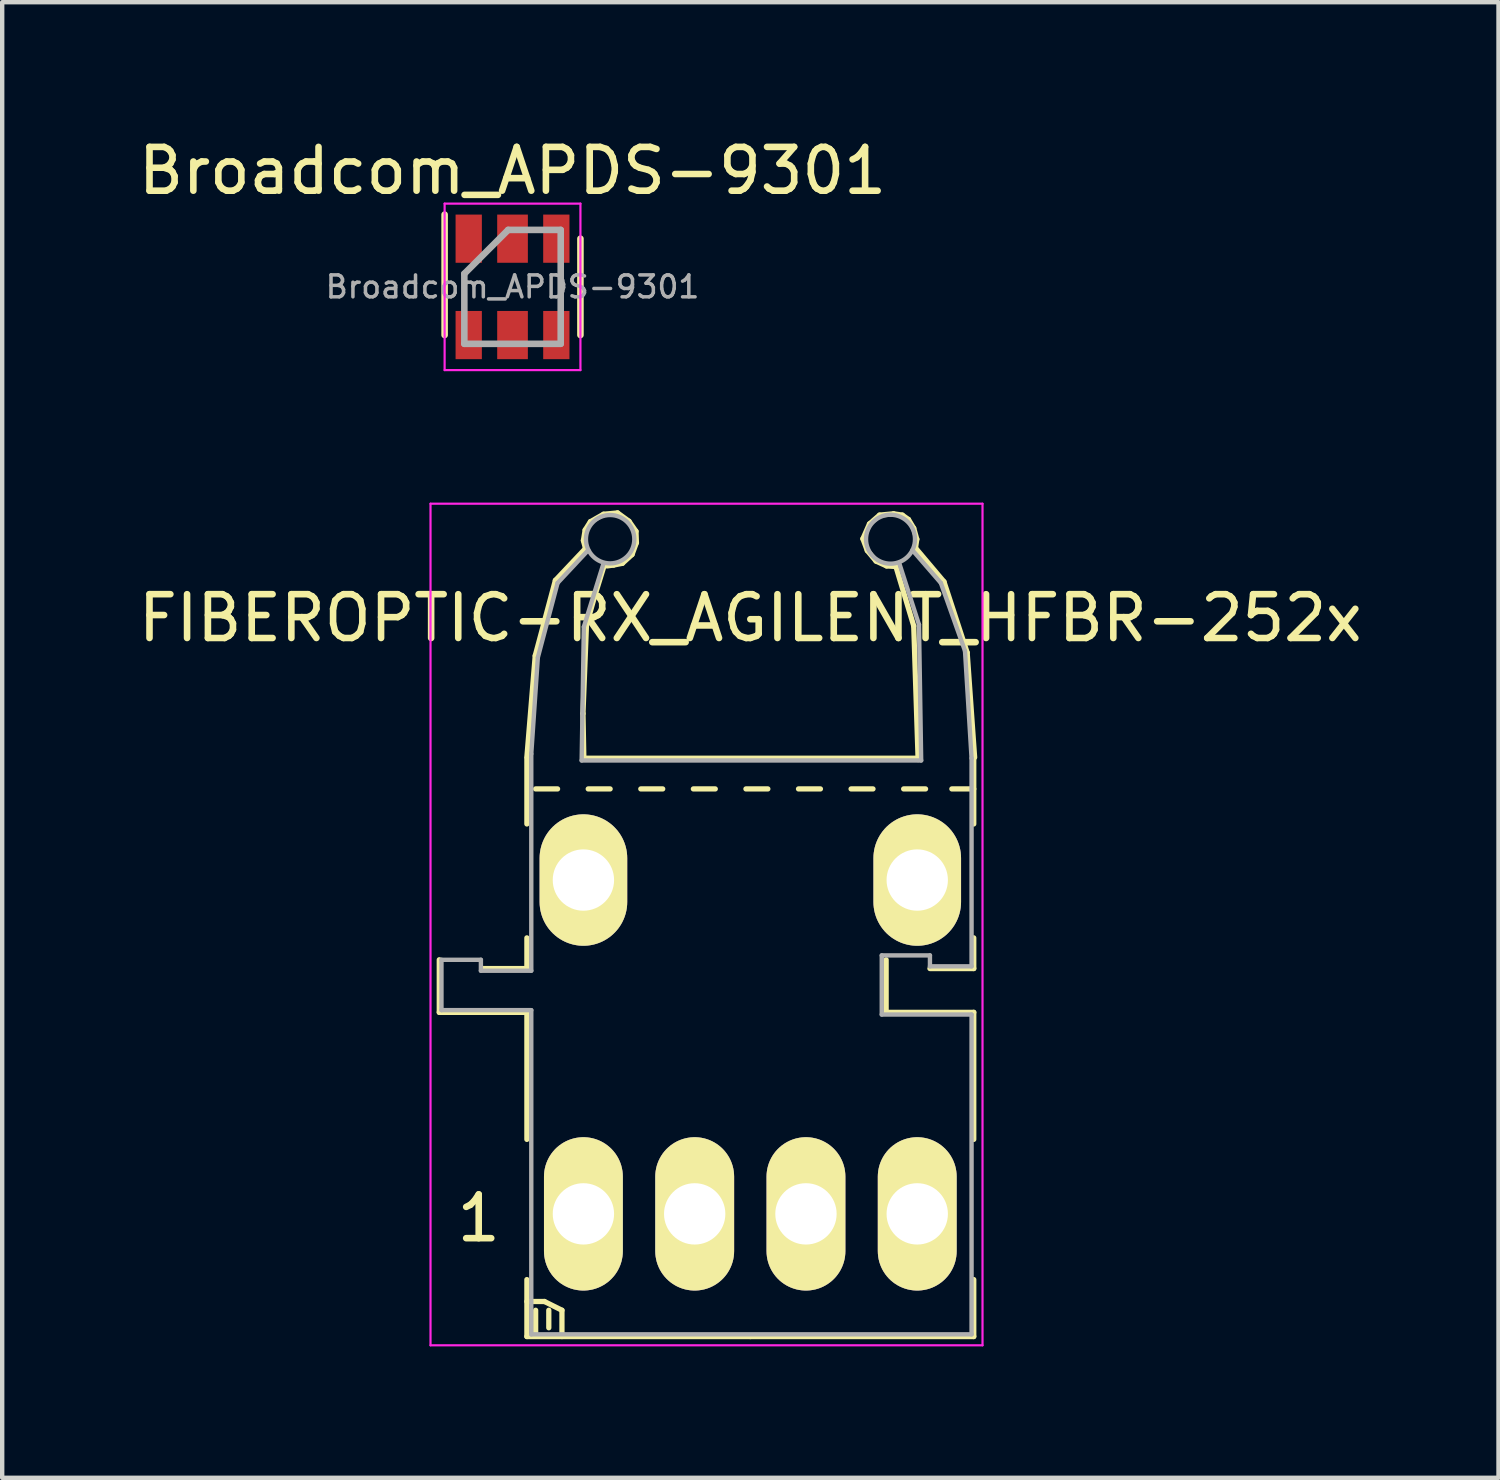
<source format=kicad_pcb>
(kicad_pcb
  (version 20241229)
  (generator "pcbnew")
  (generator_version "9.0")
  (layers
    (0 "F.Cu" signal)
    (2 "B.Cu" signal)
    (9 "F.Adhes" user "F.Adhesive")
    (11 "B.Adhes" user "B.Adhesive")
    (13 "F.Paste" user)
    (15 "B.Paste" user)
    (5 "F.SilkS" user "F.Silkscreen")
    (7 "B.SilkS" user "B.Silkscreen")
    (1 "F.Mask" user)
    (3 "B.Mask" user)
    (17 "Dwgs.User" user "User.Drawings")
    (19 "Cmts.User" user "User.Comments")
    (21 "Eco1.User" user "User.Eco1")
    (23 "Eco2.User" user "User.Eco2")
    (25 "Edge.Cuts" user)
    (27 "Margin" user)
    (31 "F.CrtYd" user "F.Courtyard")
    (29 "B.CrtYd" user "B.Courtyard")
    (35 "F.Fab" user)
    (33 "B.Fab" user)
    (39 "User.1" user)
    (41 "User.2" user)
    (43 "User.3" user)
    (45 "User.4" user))
  (footprint "Broadcom_APDS-9301"
    (layer "F.Cu")
    (at 8.649 3.498)
    (property "Reference" "Broadcom_APDS-9301" (at 0 -2.65 0) (layer "F.SilkS") (effects (font (size 1 1) (thickness 0.15))))
    (attr smd)
    (fp_line (start -1.55 -1.65) (end -1.55 1.1) (stroke (width 0.15) (type solid)) (layer "F.SilkS"))
    (fp_line (start 1.55 -1.1) (end 1.55 1.1) (stroke (width 0.15) (type solid)) (layer "F.SilkS"))
    (fp_line (start -1.55 -1.9) (end 1.55 -1.9) (stroke (width 0.05) (type solid)) (layer "F.CrtYd"))
    (fp_line (start -1.55 1.9) (end -1.55 -1.9) (stroke (width 0.05) (type solid)) (layer "F.CrtYd"))
    (fp_line (start 1.55 -1.9) (end 1.55 1.9) (stroke (width 0.05) (type solid)) (layer "F.CrtYd"))
    (fp_line (start 1.55 1.9) (end -1.55 1.9) (stroke (width 0.05) (type solid)) (layer "F.CrtYd"))
    (fp_line (start -1.1 -0.3) (end -1.1 1.3) (stroke (width 0.15) (type solid)) (layer "F.Fab"))
    (fp_line (start -1.1 1.3) (end 1.1 1.3) (stroke (width 0.15) (type solid)) (layer "F.Fab"))
    (fp_line (start -0.1 -1.3) (end -1.1 -0.3) (stroke (width 0.15) (type solid)) (layer "F.Fab"))
    (fp_line (start 1.1 -1.3) (end -0.1 -1.3) (stroke (width 0.15) (type solid)) (layer "F.Fab"))
    (fp_line (start 1.1 1.3) (end 1.1 -1.3) (stroke (width 0.15) (type solid)) (layer "F.Fab"))
    (fp_text user "${REFERENCE}" (at 0 0 0) (layer "F.Fab") (effects (font (size 0.5 0.5) (thickness 0.08))))
    (pad "1" smd rect (at -1 -1.1) (size 0.6 1.1) (layers "F.Cu" "F.Mask" "F.Paste"))
    (pad "2" smd rect (at -1 1.1) (size 0.6 1.1) (layers "F.Cu" "F.Mask" "F.Paste"))
    (pad "3" smd rect (at 0 1.1) (size 0.7 1.1) (layers "F.Cu" "F.Mask" "F.Paste"))
    (pad "4" smd rect (at 1 1.1) (size 0.6 1.1) (layers "F.Cu" "F.Mask" "F.Paste"))
    (pad "5" smd rect (at 1 -1.1) (size 0.6 1.1) (layers "F.Cu" "F.Mask" "F.Paste"))
    (pad "6" smd rect (at 0 -1.1) (size 0.7 1.1) (layers "F.Cu" "F.Mask" "F.Paste")))
  (footprint "FIBEROPTIC-RX_AGILENT_HFBR-252x"
    (layer "F.Cu")
    (at 10.267 24.658)
    (property "Reference" "FIBEROPTIC-RX_AGILENT_HFBR-252x" (at 3.81 -13.6 0) (layer "F.SilkS") (effects (font (size 1 1) (thickness 0.15))))
    (attr through_hole)
    (fp_line (start -3.29 -4.6) (end -3.29 -5.8) (stroke (width 0.12) (type solid)) (layer "F.SilkS"))
    (fp_line (start -2.29 -5.6) (end -1.29 -5.6) (stroke (width 0.12) (type solid)) (layer "F.SilkS"))
    (fp_line (start -1.29 -10.43) (end -1.1 -12.74) (stroke (width 0.12) (type solid)) (layer "F.SilkS"))
    (fp_line (start -1.29 -10.4) (end -1.29 -8.9) (stroke (width 0.12) (type solid)) (layer "F.SilkS"))
    (fp_line (start -1.29 -5.6) (end -1.29 -6.3) (stroke (width 0.12) (type solid)) (layer "F.SilkS"))
    (fp_line (start -1.29 -4.6) (end -3.29 -4.6) (stroke (width 0.12) (type solid)) (layer "F.SilkS"))
    (fp_line (start -1.29 -4.6) (end -1.29 -1.7) (stroke (width 0.12) (type solid)) (layer "F.SilkS"))
    (fp_line (start -1.29 2) (end -0.89 2) (stroke (width 0.12) (type solid)) (layer "F.SilkS"))
    (fp_line (start -1.29 2.8) (end -1.29 1.5) (stroke (width 0.12) (type solid)) (layer "F.SilkS"))
    (fp_line (start -1.1 -12.74) (end -0.64 -14.46) (stroke (width 0.12) (type solid)) (layer "F.SilkS"))
    (fp_line (start -1.09 2.2) (end -1.09 2.7) (stroke (width 0.12) (type solid)) (layer "F.SilkS"))
    (fp_line (start -0.89 2) (end -0.49 2.2) (stroke (width 0.12) (type solid)) (layer "F.SilkS"))
    (fp_line (start -0.79 2.2) (end -0.79 2.6) (stroke (width 0.12) (type solid)) (layer "F.SilkS"))
    (fp_line (start -0.64 -14.46) (end 0.04 -15.18) (stroke (width 0.12) (type solid)) (layer "F.SilkS"))
    (fp_line (start -0.59 -9.7) (end -1.09 -9.7) (stroke (width 0.12) (type solid)) (layer "F.SilkS"))
    (fp_line (start -0.49 2.2) (end -0.49 2.8) (stroke (width 0.12) (type solid)) (layer "F.SilkS"))
    (fp_line (start -0.01 -11.42) (end 0.07 -13.44) (stroke (width 0.12) (type solid)) (layer "F.SilkS"))
    (fp_line (start 0 -15.37) (end 0.05 -15.18) (stroke (width 0.12) (type solid)) (layer "F.SilkS"))
    (fp_line (start 0.01 -10.4) (end -0.01 -11.42) (stroke (width 0.12) (type solid)) (layer "F.SilkS"))
    (fp_line (start 0.04 -15.61) (end 0 -15.37) (stroke (width 0.12) (type solid)) (layer "F.SilkS"))
    (fp_line (start 0.07 -13.44) (end 0.26 -14.11) (stroke (width 0.12) (type solid)) (layer "F.SilkS"))
    (fp_line (start 0.16 -15.8) (end 0.04 -15.61) (stroke (width 0.12) (type solid)) (layer "F.SilkS"))
    (fp_line (start 0.26 -14.11) (end 0.48 -14.82) (stroke (width 0.12) (type solid)) (layer "F.SilkS"))
    (fp_line (start 0.46 -15.97) (end 0.16 -15.8) (stroke (width 0.12) (type solid)) (layer "F.SilkS"))
    (fp_line (start 0.54 -14.79) (end 0.69 -14.81) (stroke (width 0.12) (type solid)) (layer "F.SilkS"))
    (fp_line (start 0.61 -9.7) (end 0.11 -9.7) (stroke (width 0.12) (type solid)) (layer "F.SilkS"))
    (fp_line (start 0.69 -14.81) (end 0.89 -14.85) (stroke (width 0.12) (type solid)) (layer "F.SilkS"))
    (fp_line (start 0.78 -16) (end 0.46 -15.97) (stroke (width 0.12) (type solid)) (layer "F.SilkS"))
    (fp_line (start 0.89 -14.85) (end 1.11 -15.05) (stroke (width 0.12) (type solid)) (layer "F.SilkS"))
    (fp_line (start 1.04 -15.81) (end 0.78 -16) (stroke (width 0.12) (type solid)) (layer "F.SilkS"))
    (fp_line (start 1.11 -15.05) (end 1.21 -15.32) (stroke (width 0.12) (type solid)) (layer "F.SilkS"))
    (fp_line (start 1.2 -15.58) (end 1.04 -15.81) (stroke (width 0.12) (type solid)) (layer "F.SilkS"))
    (fp_line (start 1.21 -15.32) (end 1.2 -15.58) (stroke (width 0.12) (type solid)) (layer "F.SilkS"))
    (fp_line (start 1.81 -9.7) (end 1.31 -9.7) (stroke (width 0.12) (type solid)) (layer "F.SilkS"))
    (fp_line (start 3.01 -9.7) (end 2.51 -9.7) (stroke (width 0.12) (type solid)) (layer "F.SilkS"))
    (fp_line (start 3.81 2.8) (end -1.29 2.8) (stroke (width 0.12) (type solid)) (layer "F.SilkS"))
    (fp_line (start 3.81 2.8) (end 8.91 2.8) (stroke (width 0.12) (type solid)) (layer "F.SilkS"))
    (fp_line (start 4.21 -9.7) (end 3.71 -9.7) (stroke (width 0.12) (type solid)) (layer "F.SilkS"))
    (fp_line (start 5.41 -9.7) (end 4.91 -9.7) (stroke (width 0.12) (type solid)) (layer "F.SilkS"))
    (fp_line (start 6.38 -15.41) (end 6.48 -15.14) (stroke (width 0.12) (type solid)) (layer "F.SilkS"))
    (fp_line (start 6.48 -15.14) (end 6.68 -14.9) (stroke (width 0.12) (type solid)) (layer "F.SilkS"))
    (fp_line (start 6.53 -15.75) (end 6.38 -15.41) (stroke (width 0.12) (type solid)) (layer "F.SilkS"))
    (fp_line (start 6.61 -9.7) (end 6.11 -9.7) (stroke (width 0.12) (type solid)) (layer "F.SilkS"))
    (fp_line (start 6.68 -14.9) (end 6.92 -14.79) (stroke (width 0.12) (type solid)) (layer "F.SilkS"))
    (fp_line (start 6.76 -15.95) (end 6.53 -15.75) (stroke (width 0.12) (type solid)) (layer "F.SilkS"))
    (fp_line (start 6.91 -4.6) (end 6.91 -5.8) (stroke (width 0.12) (type solid)) (layer "F.SilkS"))
    (fp_line (start 6.92 -14.79) (end 7.08 -14.78) (stroke (width 0.12) (type solid)) (layer "F.SilkS"))
    (fp_line (start 7.08 -15.98) (end 6.76 -15.95) (stroke (width 0.12) (type solid)) (layer "F.SilkS"))
    (fp_line (start 7.28 -15.95) (end 7.08 -15.98) (stroke (width 0.12) (type solid)) (layer "F.SilkS"))
    (fp_line (start 7.42 -15.85) (end 7.28 -15.95) (stroke (width 0.12) (type solid)) (layer "F.SilkS"))
    (fp_line (start 7.54 -15.65) (end 7.42 -15.85) (stroke (width 0.12) (type solid)) (layer "F.SilkS"))
    (fp_line (start 7.54 -13.42) (end 7.12 -14.82) (stroke (width 0.12) (type solid)) (layer "F.SilkS"))
    (fp_line (start 7.58 -15.2) (end 7.61 -15.4) (stroke (width 0.12) (type solid)) (layer "F.SilkS"))
    (fp_line (start 7.61 -15.4) (end 7.54 -15.65) (stroke (width 0.12) (type solid)) (layer "F.SilkS"))
    (fp_line (start 7.61 -10.4) (end 0.01 -10.4) (stroke (width 0.12) (type solid)) (layer "F.SilkS"))
    (fp_line (start 7.64 -10.37) (end 7.54 -13.42) (stroke (width 0.12) (type solid)) (layer "F.SilkS"))
    (fp_line (start 7.81 -9.7) (end 7.31 -9.7) (stroke (width 0.12) (type solid)) (layer "F.SilkS"))
    (fp_line (start 7.91 -5.6) (end 8.91 -5.6) (stroke (width 0.12) (type solid)) (layer "F.SilkS"))
    (fp_line (start 8.23 -14.43) (end 7.58 -15.2) (stroke (width 0.12) (type solid)) (layer "F.SilkS"))
    (fp_line (start 8.76 -12.81) (end 8.23 -14.43) (stroke (width 0.12) (type solid)) (layer "F.SilkS"))
    (fp_line (start 8.91 -9.7) (end 8.41 -9.7) (stroke (width 0.12) (type solid)) (layer "F.SilkS"))
    (fp_line (start 8.91 -8.9) (end 8.91 -10.4) (stroke (width 0.12) (type solid)) (layer "F.SilkS"))
    (fp_line (start 8.91 -5.6) (end 8.91 -6.3) (stroke (width 0.12) (type solid)) (layer "F.SilkS"))
    (fp_line (start 8.91 -4.6) (end 6.91 -4.6) (stroke (width 0.12) (type solid)) (layer "F.SilkS"))
    (fp_line (start 8.91 -1.7) (end 8.91 -4.6) (stroke (width 0.12) (type solid)) (layer "F.SilkS"))
    (fp_line (start 8.91 2.8) (end 8.91 1.5) (stroke (width 0.12) (type solid)) (layer "F.SilkS"))
    (fp_line (start 8.93 -10.42) (end 8.76 -12.81) (stroke (width 0.12) (type solid)) (layer "F.SilkS"))
    (fp_line (start -3.49 -16.21) (end -3.49 3) (stroke (width 0.05) (type solid)) (layer "F.CrtYd"))
    (fp_line (start -3.49 -16.21) (end 9.11 -16.21) (stroke (width 0.05) (type solid)) (layer "F.CrtYd"))
    (fp_line (start 9.11 3) (end -3.49 3) (stroke (width 0.05) (type solid)) (layer "F.CrtYd"))
    (fp_line (start 9.11 3) (end 9.11 -16.21) (stroke (width 0.05) (type solid)) (layer "F.CrtYd"))
    (fp_line (start -3.24 -5.8) (end -3.24 -4.65) (stroke (width 0.1) (type solid)) (layer "F.Fab"))
    (fp_line (start -3.24 -4.65) (end -1.19 -4.65) (stroke (width 0.1) (type solid)) (layer "F.Fab"))
    (fp_line (start -2.34 -5.8) (end -3.24 -5.8) (stroke (width 0.1) (type solid)) (layer "F.Fab"))
    (fp_line (start -2.34 -5.55) (end -2.34 -5.8) (stroke (width 0.1) (type solid)) (layer "F.Fab"))
    (fp_line (start -1.19 -10.5) (end -1.19 -5.55) (stroke (width 0.1) (type solid)) (layer "F.Fab"))
    (fp_line (start -1.19 -5.55) (end -2.34 -5.55) (stroke (width 0.1) (type solid)) (layer "F.Fab"))
    (fp_line (start -1.19 -4.65) (end -1.19 2.75) (stroke (width 0.1) (type solid)) (layer "F.Fab"))
    (fp_line (start -1.19 2.75) (end 8.86 2.75) (stroke (width 0.1) (type solid)) (layer "F.Fab"))
    (fp_line (start -1.04 -12.7) (end -1.19 -10.5) (stroke (width 0.1) (type solid)) (layer "F.Fab"))
    (fp_line (start -0.59 -14.4) (end -1.04 -12.7) (stroke (width 0.1) (type solid)) (layer "F.Fab"))
    (fp_line (start -0.04 -10.35) (end 0.01 -13.4) (stroke (width 0.1) (type solid)) (layer "F.Fab"))
    (fp_line (start 0.01 -13.4) (end 0.46 -14.85) (stroke (width 0.1) (type solid)) (layer "F.Fab"))
    (fp_line (start 0.11 -15.15) (end -0.59 -14.4) (stroke (width 0.1) (type solid)) (layer "F.Fab"))
    (fp_line (start 6.81 -5.9) (end 7.91 -5.9) (stroke (width 0.1) (type solid)) (layer "F.Fab"))
    (fp_line (start 6.81 -4.55) (end 6.81 -5.9) (stroke (width 0.1) (type solid)) (layer "F.Fab"))
    (fp_line (start 7.21 -14.85) (end 7.66 -13.45) (stroke (width 0.1) (type solid)) (layer "F.Fab"))
    (fp_line (start 7.66 -13.45) (end 7.71 -10.35) (stroke (width 0.1) (type solid)) (layer "F.Fab"))
    (fp_line (start 7.71 -10.35) (end -0.04 -10.35) (stroke (width 0.1) (type solid)) (layer "F.Fab"))
    (fp_line (start 7.91 -5.9) (end 7.91 -5.65) (stroke (width 0.1) (type solid)) (layer "F.Fab"))
    (fp_line (start 7.91 -5.65) (end 8.86 -5.65) (stroke (width 0.1) (type solid)) (layer "F.Fab"))
    (fp_line (start 8.16 -14.4) (end 7.51 -15.15) (stroke (width 0.1) (type solid)) (layer "F.Fab"))
    (fp_line (start 8.71 -12.85) (end 8.16 -14.4) (stroke (width 0.1) (type solid)) (layer "F.Fab"))
    (fp_line (start 8.86 -10.4) (end 8.71 -12.85) (stroke (width 0.1) (type solid)) (layer "F.Fab"))
    (fp_line (start 8.86 -5.65) (end 8.86 -10.4) (stroke (width 0.1) (type solid)) (layer "F.Fab"))
    (fp_line (start 8.86 -4.55) (end 6.81 -4.55) (stroke (width 0.1) (type solid)) (layer "F.Fab"))
    (fp_line (start 8.86 2.75) (end 8.86 -4.55) (stroke (width 0.1) (type solid)) (layer "F.Fab"))
    (fp_circle (center 0.61 -15.4) (end 0.66 -14.85) (stroke (width 0.1) (type solid)) (fill no) (layer "F.Fab"))
    (fp_circle (center 7.01 -15.4) (end 7.51 -15.15) (stroke (width 0.1) (type solid)) (fill no) (layer "F.Fab"))
    (fp_text user "1" (at -2.39 0.1 0) (layer "F.SilkS") (effects (font (size 1 1) (thickness 0.15))))
    (pad "1" thru_hole oval (at 0 0) (size 1.8 3.5) (drill 1.4) (layers "*.Cu" "*.Mask" "F.SilkS"))
    (pad "2" thru_hole oval (at 2.54 0) (size 1.8 3.5) (drill 1.4) (layers "*.Cu" "*.Mask" "F.SilkS"))
    (pad "3" thru_hole oval (at 5.08 0) (size 1.8 3.5) (drill 1.4) (layers "*.Cu" "*.Mask" "F.SilkS"))
    (pad "4" thru_hole oval (at 7.62 0) (size 1.8 3.5) (drill 1.4) (layers "*.Cu" "*.Mask" "F.SilkS"))
    (pad "5" thru_hole oval (at 7.62 -7.62) (size 2 3) (drill 1.4) (layers "*.Cu" "*.Mask" "F.SilkS"))
    (pad "6" thru_hole oval (at 0 -7.62) (size 2 3) (drill 1.4) (layers "*.Cu" "*.Mask" "F.SilkS")))
  (gr_rect
    (start -3 -3)
    (end 31.155 30.683)
    (stroke (width 0.1) (type default))
    (fill no)
    (layer "Edge.Cuts")))
</source>
